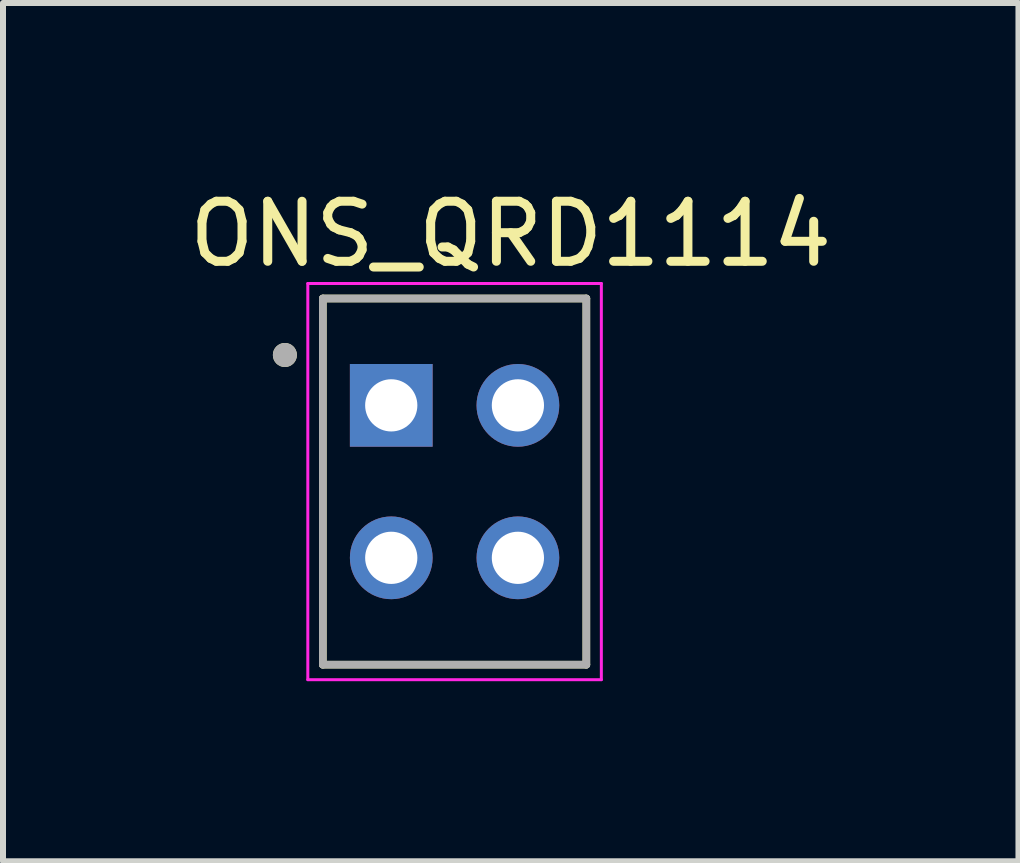
<source format=kicad_pcb>
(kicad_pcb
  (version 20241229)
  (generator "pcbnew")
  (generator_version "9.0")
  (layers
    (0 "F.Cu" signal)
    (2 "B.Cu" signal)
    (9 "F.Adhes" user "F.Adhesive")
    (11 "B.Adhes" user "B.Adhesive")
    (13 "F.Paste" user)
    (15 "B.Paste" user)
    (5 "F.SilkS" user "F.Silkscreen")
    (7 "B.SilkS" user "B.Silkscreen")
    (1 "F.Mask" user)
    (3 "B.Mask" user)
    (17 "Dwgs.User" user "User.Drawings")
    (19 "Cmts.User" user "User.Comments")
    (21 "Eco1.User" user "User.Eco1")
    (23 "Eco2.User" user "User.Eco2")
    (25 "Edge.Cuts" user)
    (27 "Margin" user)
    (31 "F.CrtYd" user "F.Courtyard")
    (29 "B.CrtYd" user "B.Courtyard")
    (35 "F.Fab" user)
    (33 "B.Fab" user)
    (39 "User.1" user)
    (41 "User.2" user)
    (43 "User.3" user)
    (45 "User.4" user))
  (footprint "ONS_QRD1114"
    (layer "F.Cu")
    (at 4.423 4.873)
    (property "Reference" "ONS_QRD1114" (at 1.035 -4.025 0) (layer "F.SilkS") (effects (font (size 1 1) (thickness 0.15))))
    (attr through_hole)
    (fp_line (start -2.095 -2.95) (end 2.295 -2.95) (stroke (width 0.127) (type solid)) (layer "F.SilkS"))
    (fp_line (start -2.095 3.15) (end -2.095 -2.95) (stroke (width 0.127) (type solid)) (layer "F.SilkS"))
    (fp_line (start 2.295 -2.95) (end 2.295 3.15) (stroke (width 0.127) (type solid)) (layer "F.SilkS"))
    (fp_line (start 2.295 3.15) (end -2.095 3.15) (stroke (width 0.127) (type solid)) (layer "F.SilkS"))
    (fp_circle (center -2.727 -2.009) (end -2.627 -2.009) (stroke (width 0.2) (type solid)) (fill no) (layer "F.SilkS"))
    (fp_line (start -2.345 -3.2) (end 2.545 -3.2) (stroke (width 0.05) (type solid)) (layer "F.CrtYd"))
    (fp_line (start -2.345 3.4) (end -2.345 -3.2) (stroke (width 0.05) (type solid)) (layer "F.CrtYd"))
    (fp_line (start 2.545 -3.2) (end 2.545 3.4) (stroke (width 0.05) (type solid)) (layer "F.CrtYd"))
    (fp_line (start 2.545 3.4) (end -2.345 3.4) (stroke (width 0.05) (type solid)) (layer "F.CrtYd"))
    (fp_line (start -2.095 -2.95) (end 2.295 -2.95) (stroke (width 0.127) (type solid)) (layer "F.Fab"))
    (fp_line (start -2.095 3.15) (end -2.095 -2.95) (stroke (width 0.127) (type solid)) (layer "F.Fab"))
    (fp_line (start 2.295 -2.95) (end 2.295 3.15) (stroke (width 0.127) (type solid)) (layer "F.Fab"))
    (fp_line (start 2.295 3.15) (end -2.095 3.15) (stroke (width 0.127) (type solid)) (layer "F.Fab"))
    (fp_circle (center -2.727 -2.009) (end -2.627 -2.009) (stroke (width 0.2) (type solid)) (fill no) (layer "F.Fab"))
    (pad "1" thru_hole rect (at -0.955 -1.17) (size 1.378 1.378) (drill 0.87) (layers "*.Cu" "*.Mask"))
    (pad "2" thru_hole circle (at -0.955 1.37) (size 1.378 1.378) (drill 0.87) (layers "*.Cu" "*.Mask"))
    (pad "3" thru_hole circle (at 1.155 1.37) (size 1.378 1.378) (drill 0.87) (layers "*.Cu" "*.Mask"))
    (pad "4" thru_hole circle (at 1.155 -1.17) (size 1.378 1.378) (drill 0.87) (layers "*.Cu" "*.Mask")))
  (gr_rect
    (start -3 -3)
    (end 13.917 11.298)
    (stroke (width 0.1) (type default))
    (fill no)
    (layer "Edge.Cuts")))
</source>
